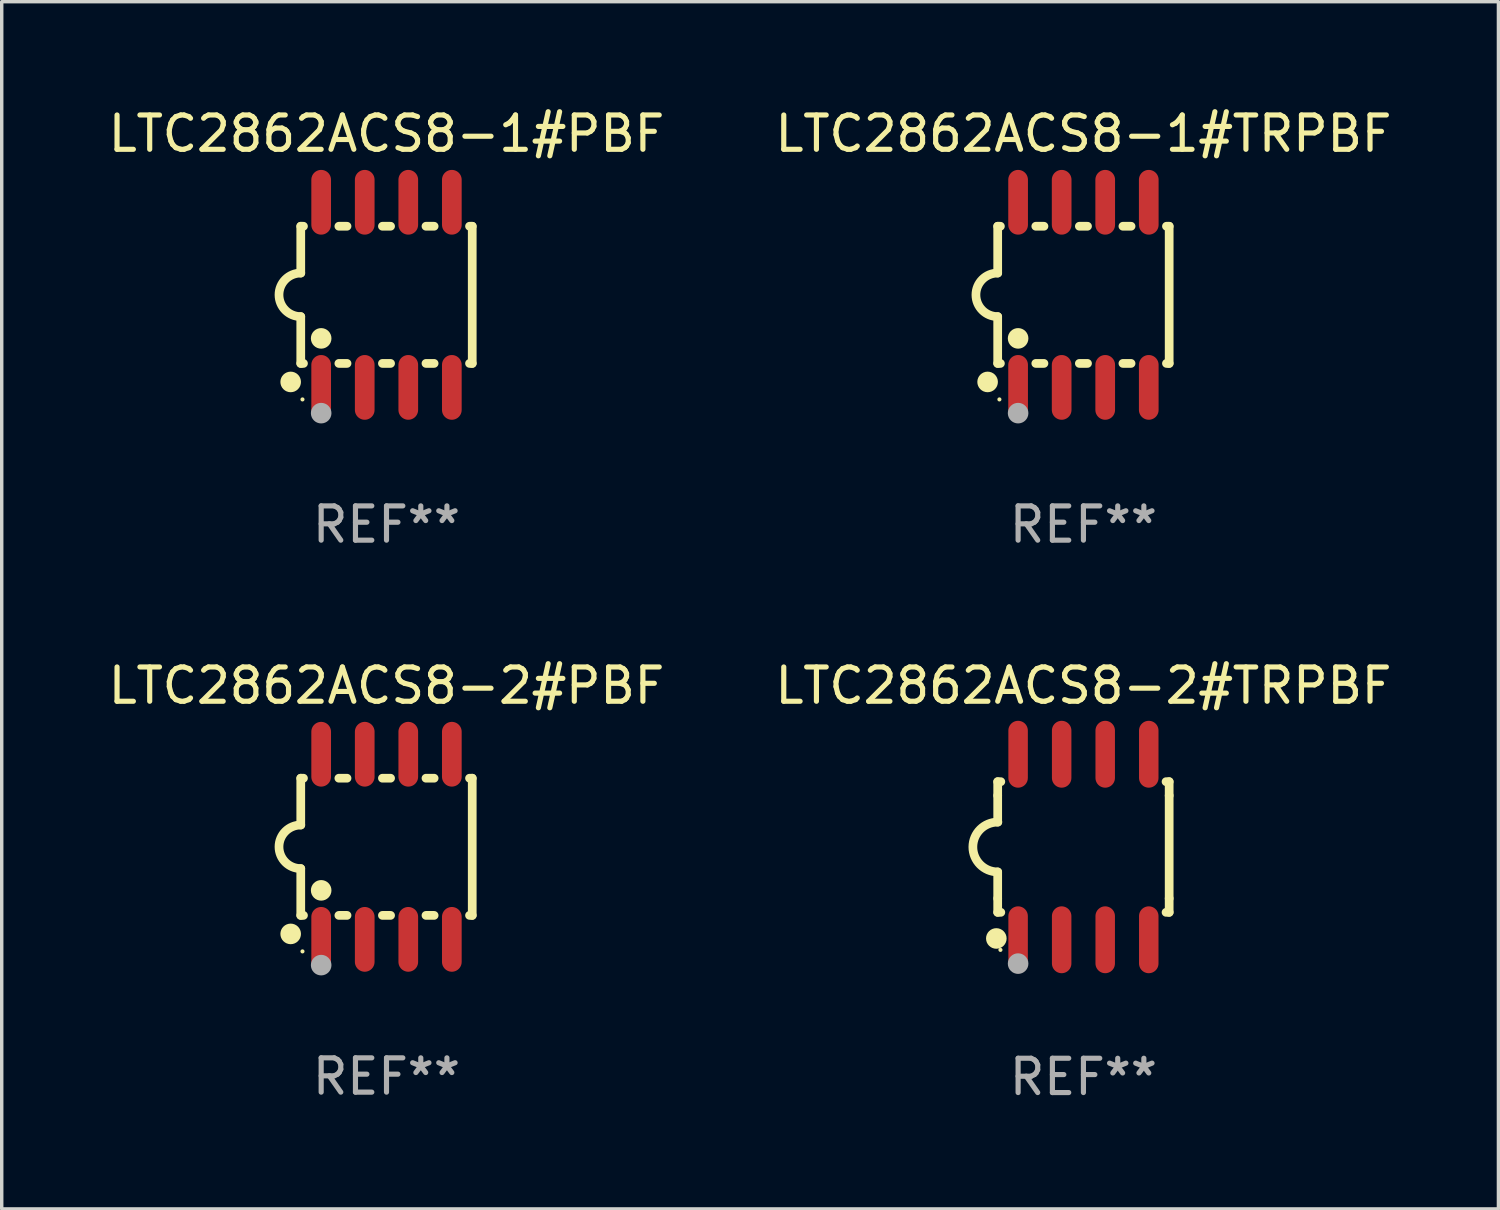
<source format=kicad_pcb>
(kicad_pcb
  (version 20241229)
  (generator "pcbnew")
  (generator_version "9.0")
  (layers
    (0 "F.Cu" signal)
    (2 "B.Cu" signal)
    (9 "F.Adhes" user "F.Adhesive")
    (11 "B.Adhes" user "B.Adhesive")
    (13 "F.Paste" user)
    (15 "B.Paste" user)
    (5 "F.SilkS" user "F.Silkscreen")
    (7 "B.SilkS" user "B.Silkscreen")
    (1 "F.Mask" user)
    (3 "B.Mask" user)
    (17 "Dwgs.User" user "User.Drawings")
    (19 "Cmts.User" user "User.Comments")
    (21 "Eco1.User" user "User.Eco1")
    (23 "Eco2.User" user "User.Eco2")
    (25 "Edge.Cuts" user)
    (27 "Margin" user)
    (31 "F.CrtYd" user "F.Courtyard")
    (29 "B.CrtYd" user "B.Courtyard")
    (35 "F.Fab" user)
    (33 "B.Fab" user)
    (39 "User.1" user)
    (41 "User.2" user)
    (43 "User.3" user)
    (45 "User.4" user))
  (footprint "LTC2862ACS8-2#PBF"
    (layer "F.Cu")
    (at 8.22 21.642)
    (property "Reference" "LTC2862ACS8-2#PBF" (at 0 -4.699 0) (layer "F.SilkS") (effects (font (size 1 1) (thickness 0.15))))
    (attr through_hole)
    (fp_line (start -2.5 -2) (end -2.5 -0.635) (stroke (width 0.254) (type solid)) (layer "F.SilkS"))
    (fp_line (start -2.5 -2) (end -2.421 -2) (stroke (width 0.254) (type solid)) (layer "F.SilkS"))
    (fp_line (start -2.5 2) (end -2.5 0.635) (stroke (width 0.254) (type solid)) (layer "F.SilkS"))
    (fp_line (start -2.5 2) (end -2.421 2) (stroke (width 0.254) (type solid)) (layer "F.SilkS"))
    (fp_line (start -1.389 -2) (end -1.151 -2) (stroke (width 0.254) (type solid)) (layer "F.SilkS"))
    (fp_line (start -1.389 2) (end -1.151 2) (stroke (width 0.254) (type solid)) (layer "F.SilkS"))
    (fp_line (start -0.119 -2) (end 0.119 -2) (stroke (width 0.254) (type solid)) (layer "F.SilkS"))
    (fp_line (start -0.119 2) (end 0.119 2) (stroke (width 0.254) (type solid)) (layer "F.SilkS"))
    (fp_line (start 1.151 -2) (end 1.389 -2) (stroke (width 0.254) (type solid)) (layer "F.SilkS"))
    (fp_line (start 1.151 2) (end 1.389 2) (stroke (width 0.254) (type solid)) (layer "F.SilkS"))
    (fp_line (start 2.421 -2) (end 2.5 -2) (stroke (width 0.254) (type solid)) (layer "F.SilkS"))
    (fp_line (start 2.421 2) (end 2.5 2) (stroke (width 0.254) (type solid)) (layer "F.SilkS"))
    (fp_line (start 2.5 -2) (end 2.5 2) (stroke (width 0.254) (type solid)) (layer "F.SilkS"))
    (fp_arc (start -2.5 0.635001) (mid -3.134366 -0.000318) (end -2.499365 -0.635001) (stroke (width 0.254001) (type solid)) (layer "F.SilkS"))
    (fp_circle (center -2.794 2.54) (end -2.644 2.54) (stroke (width 0.3) (type solid)) (fill no) (layer "F.SilkS"))
    (fp_circle (center -2.45 3.05) (end -2.42 3.05) (stroke (width 0.06) (type solid)) (fill no) (layer "F.SilkS"))
    (fp_circle (center -1.905 1.27) (end -1.755 1.27) (stroke (width 0.3) (type solid)) (fill no) (layer "F.SilkS"))
    (fp_circle (center -1.905 3.45) (end -1.755 3.45) (stroke (width 0.3) (type solid)) (fill no) (layer "F.Fab"))
    (fp_text user "REF**" (at 0 6.699 0) (layer "F.Fab") (effects (font (size 1 1) (thickness 0.15))))
    (pad "1" smd oval (at -1.905 2.699) (size 0.574 1.888) (layers "F.Cu" "F.Mask" "F.Paste"))
    (pad "2" smd oval (at -0.635 2.699) (size 0.574 1.888) (layers "F.Cu" "F.Mask" "F.Paste"))
    (pad "3" smd oval (at 0.635 2.699) (size 0.574 1.888) (layers "F.Cu" "F.Mask" "F.Paste"))
    (pad "4" smd oval (at 1.905 2.699) (size 0.574 1.888) (layers "F.Cu" "F.Mask" "F.Paste"))
    (pad "5" smd oval (at 1.905 -2.699) (size 0.574 1.888) (layers "F.Cu" "F.Mask" "F.Paste"))
    (pad "6" smd oval (at 0.635 -2.699) (size 0.574 1.888) (layers "F.Cu" "F.Mask" "F.Paste"))
    (pad "7" smd oval (at -0.635 -2.699) (size 0.574 1.888) (layers "F.Cu" "F.Mask" "F.Paste"))
    (pad "8" smd oval (at -1.905 -2.699) (size 0.574 1.888) (layers "F.Cu" "F.Mask" "F.Paste")))
  (footprint "LTC2862ACS8-2#TRPBF"
    (layer "F.Cu")
    (at 28.542 21.648)
    (property "Reference" "LTC2862ACS8-2#TRPBF" (at 0 -4.705 0) (layer "F.SilkS") (effects (font (size 1 1) (thickness 0.15))))
    (attr through_hole)
    (fp_line (start -2.5 -1.905) (end -2.409 -1.905) (stroke (width 0.254) (type solid)) (layer "F.SilkS"))
    (fp_line (start -2.5 -1.5) (end -2.5 -1.905) (stroke (width 0.254) (type solid)) (layer "F.SilkS"))
    (fp_line (start -2.5 -1.5) (end -2.5 -0.726) (stroke (width 0.254) (type solid)) (layer "F.SilkS"))
    (fp_line (start -2.5 1.5) (end -2.5 0.727) (stroke (width 0.254) (type solid)) (layer "F.SilkS"))
    (fp_line (start -2.5 1.5) (end -2.5 1.905) (stroke (width 0.254) (type solid)) (layer "F.SilkS"))
    (fp_line (start -2.5 1.905) (end -2.409 1.905) (stroke (width 0.254) (type solid)) (layer "F.SilkS"))
    (fp_line (start 2.5 -1.905) (end 2.409 -1.905) (stroke (width 0.254) (type solid)) (layer "F.SilkS"))
    (fp_line (start 2.5 -1.5) (end 2.5 -1.905) (stroke (width 0.254) (type solid)) (layer "F.SilkS"))
    (fp_line (start 2.5 -1.5) (end 2.5 1.5) (stroke (width 0.254) (type solid)) (layer "F.SilkS"))
    (fp_line (start 2.5 1.5) (end 2.5 1.905) (stroke (width 0.254) (type solid)) (layer "F.SilkS"))
    (fp_line (start 2.5 1.905) (end 2.409 1.905) (stroke (width 0.254) (type solid)) (layer "F.SilkS"))
    (fp_arc (start -2.5 0.726568) (mid -3.220316 -0.0023) (end -2.495097 -0.726289) (stroke (width 0.254001) (type solid)) (layer "F.SilkS"))
    (fp_circle (center -2.54 2.667) (end -2.39 2.667) (stroke (width 0.3) (type solid)) (fill no) (layer "F.SilkS"))
    (fp_circle (center -2.42 3) (end -2.39 3) (stroke (width 0.06) (type solid)) (fill no) (layer "F.SilkS"))
    (fp_circle (center -1.905 3.4) (end -1.755 3.4) (stroke (width 0.3) (type solid)) (fill no) (layer "F.Fab"))
    (fp_text user "REF**" (at 0 6.705 0) (layer "F.Fab") (effects (font (size 1 1) (thickness 0.15))))
    (pad "1" smd oval (at -1.905 2.705) (size 0.568 1.95) (layers "F.Cu" "F.Mask" "F.Paste"))
    (pad "2" smd oval (at -0.635 2.705) (size 0.568 1.95) (layers "F.Cu" "F.Mask" "F.Paste"))
    (pad "3" smd oval (at 0.635 2.705) (size 0.568 1.95) (layers "F.Cu" "F.Mask" "F.Paste"))
    (pad "4" smd oval (at 1.905 2.705) (size 0.568 1.95) (layers "F.Cu" "F.Mask" "F.Paste"))
    (pad "5" smd oval (at 1.905 -2.705) (size 0.568 1.95) (layers "F.Cu" "F.Mask" "F.Paste"))
    (pad "6" smd oval (at 0.635 -2.705) (size 0.568 1.95) (layers "F.Cu" "F.Mask" "F.Paste"))
    (pad "7" smd oval (at -0.635 -2.705) (size 0.568 1.95) (layers "F.Cu" "F.Mask" "F.Paste"))
    (pad "8" smd oval (at -1.905 -2.705) (size 0.568 1.95) (layers "F.Cu" "F.Mask" "F.Paste")))
  (footprint "LTC2862ACS8-1#PBF"
    (layer "F.Cu")
    (at 8.22 5.547)
    (property "Reference" "LTC2862ACS8-1#PBF" (at 0 -4.699 0) (layer "F.SilkS") (effects (font (size 1 1) (thickness 0.15))))
    (attr through_hole)
    (fp_line (start -2.5 -2) (end -2.5 -0.635) (stroke (width 0.254) (type solid)) (layer "F.SilkS"))
    (fp_line (start -2.5 -2) (end -2.421 -2) (stroke (width 0.254) (type solid)) (layer "F.SilkS"))
    (fp_line (start -2.5 2) (end -2.5 0.635) (stroke (width 0.254) (type solid)) (layer "F.SilkS"))
    (fp_line (start -2.5 2) (end -2.421 2) (stroke (width 0.254) (type solid)) (layer "F.SilkS"))
    (fp_line (start -1.389 -2) (end -1.151 -2) (stroke (width 0.254) (type solid)) (layer "F.SilkS"))
    (fp_line (start -1.389 2) (end -1.151 2) (stroke (width 0.254) (type solid)) (layer "F.SilkS"))
    (fp_line (start -0.119 -2) (end 0.119 -2) (stroke (width 0.254) (type solid)) (layer "F.SilkS"))
    (fp_line (start -0.119 2) (end 0.119 2) (stroke (width 0.254) (type solid)) (layer "F.SilkS"))
    (fp_line (start 1.151 -2) (end 1.389 -2) (stroke (width 0.254) (type solid)) (layer "F.SilkS"))
    (fp_line (start 1.151 2) (end 1.389 2) (stroke (width 0.254) (type solid)) (layer "F.SilkS"))
    (fp_line (start 2.421 -2) (end 2.5 -2) (stroke (width 0.254) (type solid)) (layer "F.SilkS"))
    (fp_line (start 2.421 2) (end 2.5 2) (stroke (width 0.254) (type solid)) (layer "F.SilkS"))
    (fp_line (start 2.5 -2) (end 2.5 2) (stroke (width 0.254) (type solid)) (layer "F.SilkS"))
    (fp_arc (start -2.5 0.635001) (mid -3.134366 -0.000318) (end -2.499365 -0.635001) (stroke (width 0.254001) (type solid)) (layer "F.SilkS"))
    (fp_circle (center -2.794 2.54) (end -2.644 2.54) (stroke (width 0.3) (type solid)) (fill no) (layer "F.SilkS"))
    (fp_circle (center -2.45 3.05) (end -2.42 3.05) (stroke (width 0.06) (type solid)) (fill no) (layer "F.SilkS"))
    (fp_circle (center -1.905 1.27) (end -1.755 1.27) (stroke (width 0.3) (type solid)) (fill no) (layer "F.SilkS"))
    (fp_circle (center -1.905 3.45) (end -1.755 3.45) (stroke (width 0.3) (type solid)) (fill no) (layer "F.Fab"))
    (fp_text user "REF**" (at 0 6.699 0) (layer "F.Fab") (effects (font (size 1 1) (thickness 0.15))))
    (pad "1" smd oval (at -1.905 2.699) (size 0.574 1.888) (layers "F.Cu" "F.Mask" "F.Paste"))
    (pad "2" smd oval (at -0.635 2.699) (size 0.574 1.888) (layers "F.Cu" "F.Mask" "F.Paste"))
    (pad "3" smd oval (at 0.635 2.699) (size 0.574 1.888) (layers "F.Cu" "F.Mask" "F.Paste"))
    (pad "4" smd oval (at 1.905 2.699) (size 0.574 1.888) (layers "F.Cu" "F.Mask" "F.Paste"))
    (pad "5" smd oval (at 1.905 -2.699) (size 0.574 1.888) (layers "F.Cu" "F.Mask" "F.Paste"))
    (pad "6" smd oval (at 0.635 -2.699) (size 0.574 1.888) (layers "F.Cu" "F.Mask" "F.Paste"))
    (pad "7" smd oval (at -0.635 -2.699) (size 0.574 1.888) (layers "F.Cu" "F.Mask" "F.Paste"))
    (pad "8" smd oval (at -1.905 -2.699) (size 0.574 1.888) (layers "F.Cu" "F.Mask" "F.Paste")))
  (footprint "LTC2862ACS8-1#TRPBF"
    (layer "F.Cu")
    (at 28.542 5.547)
    (property "Reference" "LTC2862ACS8-1#TRPBF" (at 0 -4.699 0) (layer "F.SilkS") (effects (font (size 1 1) (thickness 0.15))))
    (attr through_hole)
    (fp_line (start -2.5 -2) (end -2.5 -0.635) (stroke (width 0.254) (type solid)) (layer "F.SilkS"))
    (fp_line (start -2.5 -2) (end -2.421 -2) (stroke (width 0.254) (type solid)) (layer "F.SilkS"))
    (fp_line (start -2.5 2) (end -2.5 0.635) (stroke (width 0.254) (type solid)) (layer "F.SilkS"))
    (fp_line (start -2.5 2) (end -2.421 2) (stroke (width 0.254) (type solid)) (layer "F.SilkS"))
    (fp_line (start -1.389 -2) (end -1.151 -2) (stroke (width 0.254) (type solid)) (layer "F.SilkS"))
    (fp_line (start -1.389 2) (end -1.151 2) (stroke (width 0.254) (type solid)) (layer "F.SilkS"))
    (fp_line (start -0.119 -2) (end 0.119 -2) (stroke (width 0.254) (type solid)) (layer "F.SilkS"))
    (fp_line (start -0.119 2) (end 0.119 2) (stroke (width 0.254) (type solid)) (layer "F.SilkS"))
    (fp_line (start 1.151 -2) (end 1.389 -2) (stroke (width 0.254) (type solid)) (layer "F.SilkS"))
    (fp_line (start 1.151 2) (end 1.389 2) (stroke (width 0.254) (type solid)) (layer "F.SilkS"))
    (fp_line (start 2.421 -2) (end 2.5 -2) (stroke (width 0.254) (type solid)) (layer "F.SilkS"))
    (fp_line (start 2.421 2) (end 2.5 2) (stroke (width 0.254) (type solid)) (layer "F.SilkS"))
    (fp_line (start 2.5 -2) (end 2.5 2) (stroke (width 0.254) (type solid)) (layer "F.SilkS"))
    (fp_arc (start -2.5 0.635001) (mid -3.134366 -0.000318) (end -2.499365 -0.635001) (stroke (width 0.254001) (type solid)) (layer "F.SilkS"))
    (fp_circle (center -2.794 2.54) (end -2.644 2.54) (stroke (width 0.3) (type solid)) (fill no) (layer "F.SilkS"))
    (fp_circle (center -2.45 3.05) (end -2.42 3.05) (stroke (width 0.06) (type solid)) (fill no) (layer "F.SilkS"))
    (fp_circle (center -1.905 1.27) (end -1.755 1.27) (stroke (width 0.3) (type solid)) (fill no) (layer "F.SilkS"))
    (fp_circle (center -1.905 3.45) (end -1.755 3.45) (stroke (width 0.3) (type solid)) (fill no) (layer "F.Fab"))
    (fp_text user "REF**" (at 0 6.699 0) (layer "F.Fab") (effects (font (size 1 1) (thickness 0.15))))
    (pad "1" smd oval (at -1.905 2.699) (size 0.574 1.888) (layers "F.Cu" "F.Mask" "F.Paste"))
    (pad "2" smd oval (at -0.635 2.699) (size 0.574 1.888) (layers "F.Cu" "F.Mask" "F.Paste"))
    (pad "3" smd oval (at 0.635 2.699) (size 0.574 1.888) (layers "F.Cu" "F.Mask" "F.Paste"))
    (pad "4" smd oval (at 1.905 2.699) (size 0.574 1.888) (layers "F.Cu" "F.Mask" "F.Paste"))
    (pad "5" smd oval (at 1.905 -2.699) (size 0.574 1.888) (layers "F.Cu" "F.Mask" "F.Paste"))
    (pad "6" smd oval (at 0.635 -2.699) (size 0.574 1.888) (layers "F.Cu" "F.Mask" "F.Paste"))
    (pad "7" smd oval (at -0.635 -2.699) (size 0.574 1.888) (layers "F.Cu" "F.Mask" "F.Paste"))
    (pad "8" smd oval (at -1.905 -2.699) (size 0.574 1.888) (layers "F.Cu" "F.Mask" "F.Paste")))
  (gr_rect
    (start -3 -3)
    (end 40.643 32.201)
    (stroke (width 0.1) (type default))
    (fill no)
    (layer "Edge.Cuts")))
</source>
